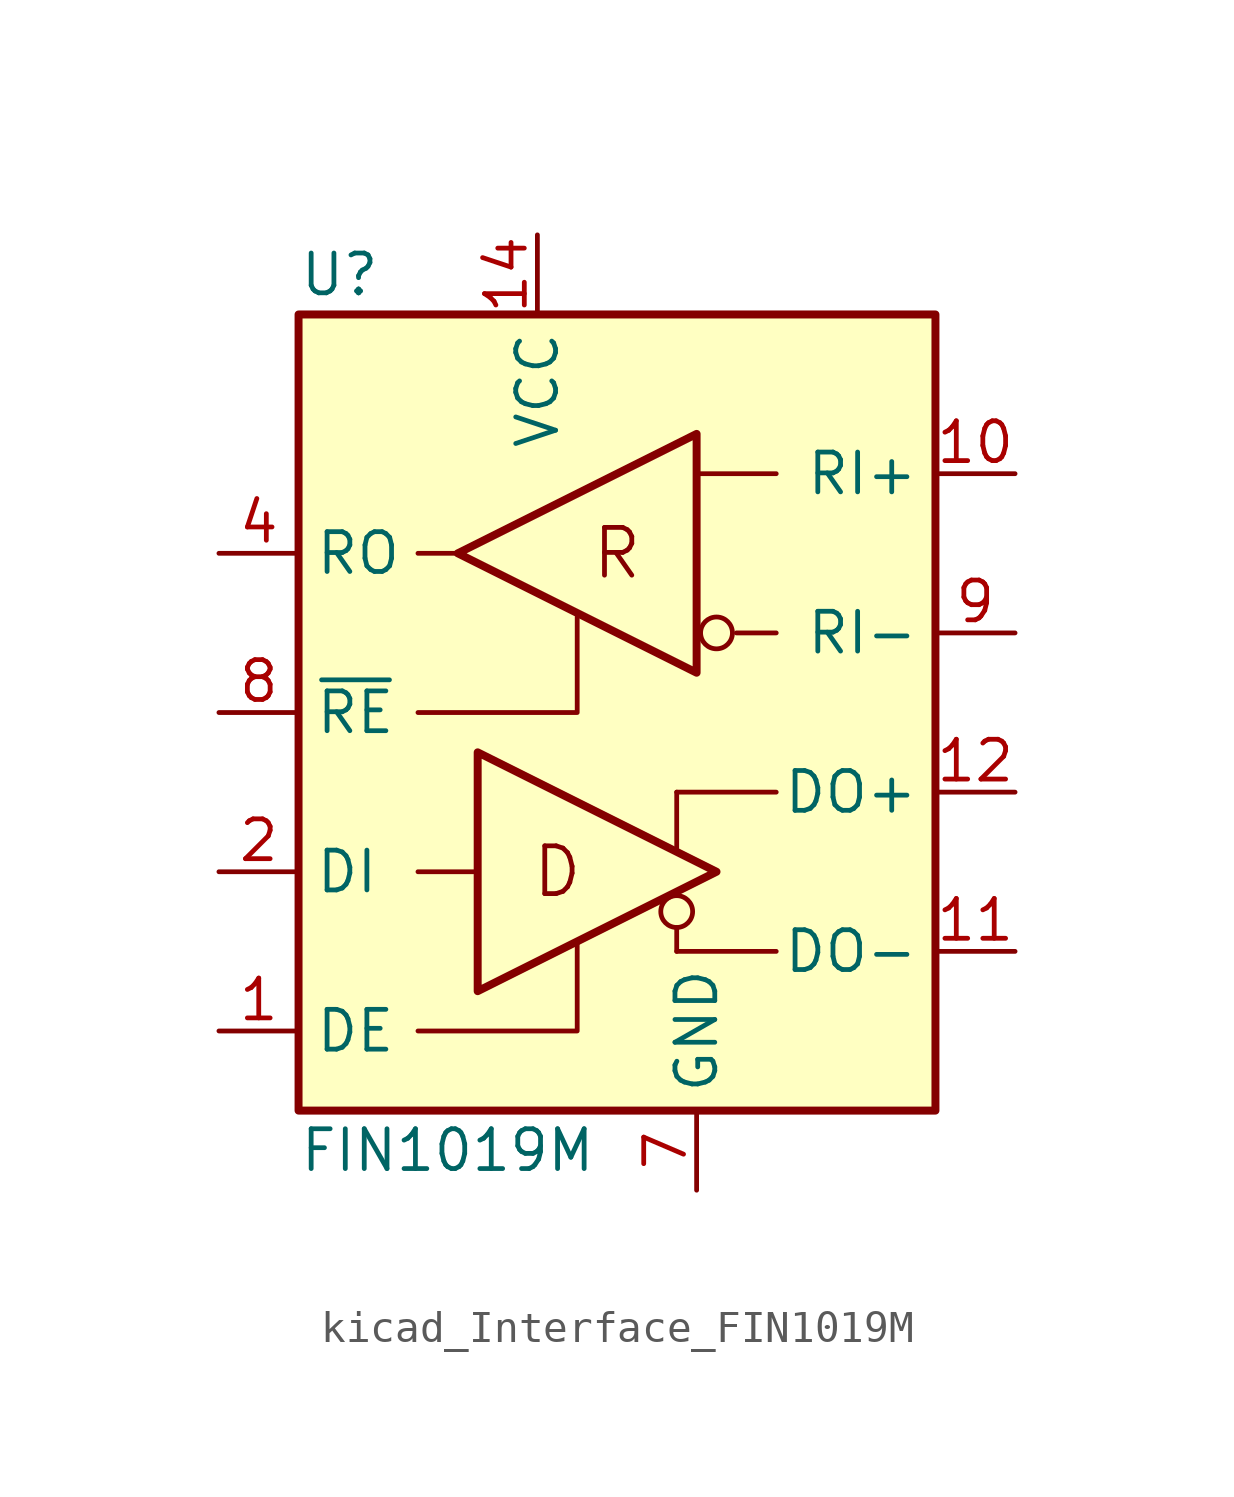
<source format=kicad_sym>
(kicad_symbol_lib
  (version 20220914)
  (generator kicad_symbol_editor)
  (symbol "kicad_Interface_FIN1019M"
    (property "Reference" "U"
      (at -10.16 13.97 0)
      (effects (font (size 1.27 1.27)) (justify left)))
    (property "Value" "FIN1019M"
      (at -10.16 -13.97 0)
      (effects (font (size 1.27 1.27)) (justify left)))
    (symbol "kicad_Interface_FIN1019M_0_0"
      (rectangle (start -10.16 12.7) (end 10.16 -12.7) (stroke (width 0.254) (type default)) (fill (type background)))
      (polyline (pts (xy 1.905 -6.858) (xy 1.905 -7.62)) (stroke (width 0) (type default)) (fill (type none)))
      (polyline (pts (xy 1.905 -4.445) (xy 1.905 -2.54)) (stroke (width 0) (type default)) (fill (type none)))
      (circle (center 1.905 -6.35) (radius 0.508) (stroke (width 0) (type default)) (fill (type none)))
      (circle (center 3.175 2.54) (radius 0.508) (stroke (width 0) (type default)) (fill (type none)))
      (text "D" (at -1.905 -5.08 0) (effects (font (size 1.524 1.524))))
      (text "R" (at 0 5.08 0) (effects (font (size 1.524 1.524)))))
    (symbol "kicad_Interface_FIN1019M_0_1"
      (polyline (pts (xy -6.35 -5.08) (xy -4.445 -5.08)) (stroke (width 0) (type default)) (fill (type none)))
      (polyline (pts (xy -6.35 5.08) (xy -5.08 5.08)) (stroke (width 0) (type default)) (fill (type none)))
      (polyline (pts (xy 1.905 -7.62) (xy 5.08 -7.62)) (stroke (width 0) (type default)) (fill (type none)))
      (polyline (pts (xy 2.54 7.62) (xy 5.08 7.62)) (stroke (width 0) (type default)) (fill (type none)))
      (polyline (pts (xy 5.08 -2.54) (xy 1.905 -2.54)) (stroke (width 0) (type default)) (fill (type none)))
      (polyline (pts (xy 5.08 2.54) (xy 3.81 2.54)) (stroke (width 0) (type default)) (fill (type none)))
      (polyline (pts (xy -6.35 -10.16) (xy -1.27 -10.16) (xy -1.27 -7.366)) (stroke (width 0) (type default)) (fill (type none)))
      (polyline (pts (xy -6.35 0) (xy -1.27 0) (xy -1.27 3.048)) (stroke (width 0) (type default)) (fill (type none)))
      (polyline (pts (xy -4.445 -8.89) (xy -4.445 -1.27) (xy 3.175 -5.08) (xy -4.445 -8.89)) (stroke (width 0.254) (type default)) (fill (type none)))
      (polyline (pts (xy 2.54 8.89) (xy 2.54 1.27) (xy -5.08 5.08) (xy 2.54 8.89)) (stroke (width 0.254) (type default)) (fill (type none))))
    (symbol "kicad_Interface_FIN1019M_1_1"
      (pin input line (at -12.7 -10.16 0) (length 2.54) (name "DE" (effects (font (size 1.27 1.27)))) (number "1" (effects (font (size 1.27 1.27)))))
      (pin input line (at 12.7 7.62 180) (length 2.54) (name "RI+" (effects (font (size 1.27 1.27)))) (number "10" (effects (font (size 1.27 1.27)))))
      (pin tri_state line (at 12.7 -7.62 180) (length 2.54) (name "DO-" (effects (font (size 1.27 1.27)))) (number "11" (effects (font (size 1.27 1.27)))))
      (pin tri_state line (at 12.7 -2.54 180) (length 2.54) (name "DO+" (effects (font (size 1.27 1.27)))) (number "12" (effects (font (size 1.27 1.27)))))
      (pin no_connect line (at 7.62 12.7 270) (length 2.54) hide (name "NC" (effects (font (size 1.27 1.27)))) (number "13" (effects (font (size 1.27 1.27)))))
      (pin power_in line (at -2.54 15.24 270) (length 2.54) (name "VCC" (effects (font (size 1.27 1.27)))) (number "14" (effects (font (size 1.27 1.27)))))
      (pin input line (at -12.7 -5.08 0) (length 2.54) (name "DI" (effects (font (size 1.27 1.27)))) (number "2" (effects (font (size 1.27 1.27)))))
      (pin no_connect line (at 0 12.7 270) (length 2.54) hide (name "NC" (effects (font (size 1.27 1.27)))) (number "3" (effects (font (size 1.27 1.27)))))
      (pin tri_state line (at -12.7 5.08 0) (length 2.54) (name "RO" (effects (font (size 1.27 1.27)))) (number "4" (effects (font (size 1.27 1.27)))))
      (pin no_connect line (at 2.54 12.7 270) (length 2.54) hide (name "NC" (effects (font (size 1.27 1.27)))) (number "5" (effects (font (size 1.27 1.27)))))
      (pin no_connect line (at 5.08 12.7 270) (length 2.54) hide (name "NC" (effects (font (size 1.27 1.27)))) (number "6" (effects (font (size 1.27 1.27)))))
      (pin power_in line (at 2.54 -15.24 90) (length 2.54) (name "GND" (effects (font (size 1.27 1.27)))) (number "7" (effects (font (size 1.27 1.27)))))
      (pin input line (at -12.7 0 0) (length 2.54) (name "~{RE}" (effects (font (size 1.27 1.27)))) (number "8" (effects (font (size 1.27 1.27)))))
      (pin input line (at 12.7 2.54 180) (length 2.54) (name "RI-" (effects (font (size 1.27 1.27)))) (number "9" (effects (font (size 1.27 1.27))))))))
</source>
